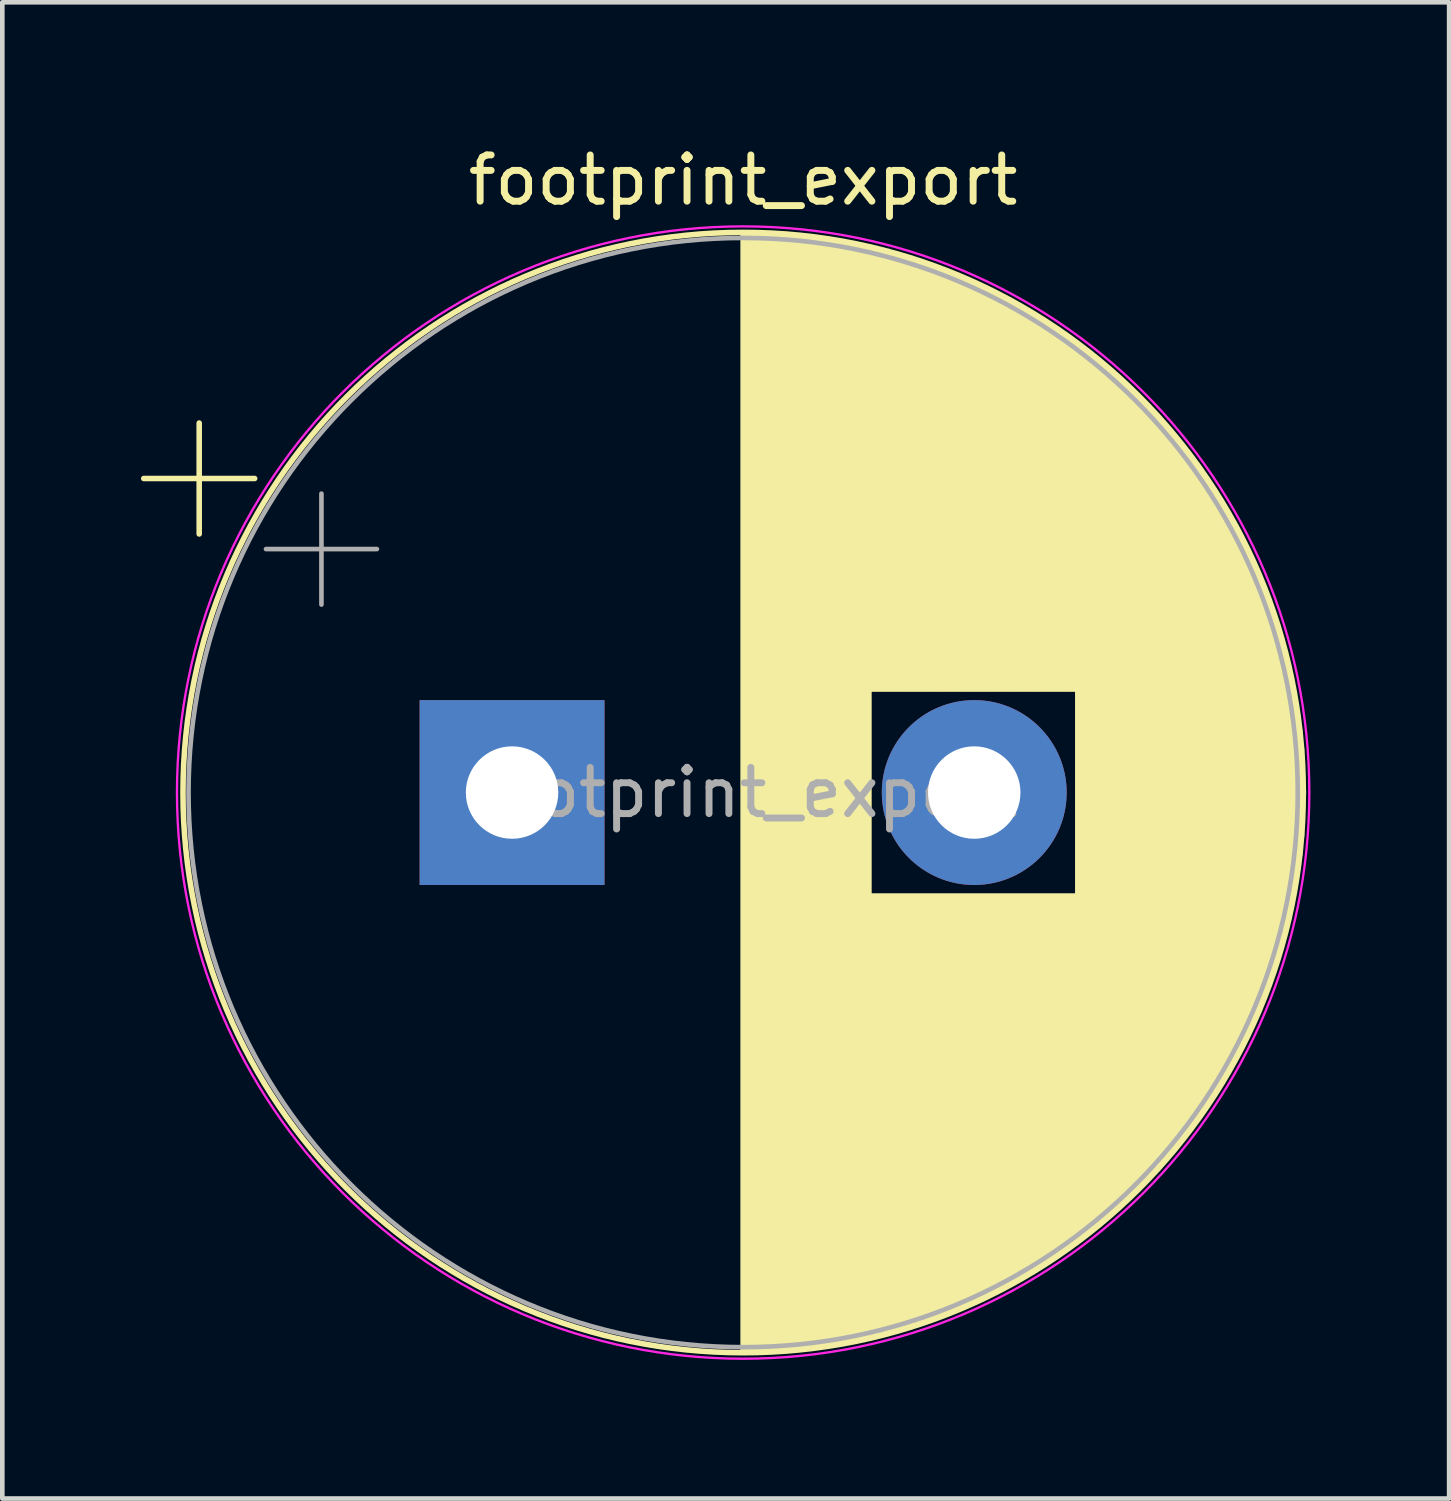
<source format=kicad_pcb>
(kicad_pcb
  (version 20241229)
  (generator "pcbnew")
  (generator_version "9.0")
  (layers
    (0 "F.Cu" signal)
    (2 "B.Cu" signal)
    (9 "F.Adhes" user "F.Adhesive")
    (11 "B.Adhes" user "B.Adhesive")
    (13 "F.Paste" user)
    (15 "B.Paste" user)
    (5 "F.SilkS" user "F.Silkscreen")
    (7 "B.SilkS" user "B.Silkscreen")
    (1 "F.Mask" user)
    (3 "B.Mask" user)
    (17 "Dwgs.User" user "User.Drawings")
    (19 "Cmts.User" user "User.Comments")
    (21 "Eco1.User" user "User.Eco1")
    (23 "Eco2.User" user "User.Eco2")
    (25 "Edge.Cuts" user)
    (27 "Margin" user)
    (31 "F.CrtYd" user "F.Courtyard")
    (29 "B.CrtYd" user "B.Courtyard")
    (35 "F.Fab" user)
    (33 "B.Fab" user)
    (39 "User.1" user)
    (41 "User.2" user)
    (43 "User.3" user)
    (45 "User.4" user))
  (footprint "footprint_export"
    (layer "F.Cu")
    (at 8.029 14.098)
    (property "Reference" "footprint_export" (at 5 -13.25 0) (layer "F.SilkS") (effects (font (size 1 1) (thickness 0.15))))
    (attr through_hole)
    (fp_line (start -7.969 -6.795) (end -5.569 -6.795) (stroke (width 0.12) (type solid)) (layer "F.SilkS"))
    (fp_line (start -6.769 -7.995) (end -6.769 -5.595) (stroke (width 0.12) (type solid)) (layer "F.SilkS"))
    (fp_line (start 5 -12.081) (end 5 12.081) (stroke (width 0.12) (type solid)) (layer "F.SilkS"))
    (fp_line (start 5.04 -12.08) (end 5.04 12.08) (stroke (width 0.12) (type solid)) (layer "F.SilkS"))
    (fp_line (start 5.08 -12.08) (end 5.08 12.08) (stroke (width 0.12) (type solid)) (layer "F.SilkS"))
    (fp_line (start 5.12 -12.08) (end 5.12 12.08) (stroke (width 0.12) (type solid)) (layer "F.SilkS"))
    (fp_line (start 5.16 -12.079) (end 5.16 12.079) (stroke (width 0.12) (type solid)) (layer "F.SilkS"))
    (fp_line (start 5.2 -12.079) (end 5.2 12.079) (stroke (width 0.12) (type solid)) (layer "F.SilkS"))
    (fp_line (start 5.24 -12.078) (end 5.24 12.078) (stroke (width 0.12) (type solid)) (layer "F.SilkS"))
    (fp_line (start 5.28 -12.077) (end 5.28 12.077) (stroke (width 0.12) (type solid)) (layer "F.SilkS"))
    (fp_line (start 5.32 -12.076) (end 5.32 12.076) (stroke (width 0.12) (type solid)) (layer "F.SilkS"))
    (fp_line (start 5.36 -12.075) (end 5.36 12.075) (stroke (width 0.12) (type solid)) (layer "F.SilkS"))
    (fp_line (start 5.4 -12.074) (end 5.4 12.074) (stroke (width 0.12) (type solid)) (layer "F.SilkS"))
    (fp_line (start 5.44 -12.073) (end 5.44 12.073) (stroke (width 0.12) (type solid)) (layer "F.SilkS"))
    (fp_line (start 5.48 -12.071) (end 5.48 12.071) (stroke (width 0.12) (type solid)) (layer "F.SilkS"))
    (fp_line (start 5.52 -12.069) (end 5.52 12.069) (stroke (width 0.12) (type solid)) (layer "F.SilkS"))
    (fp_line (start 5.56 -12.068) (end 5.56 12.068) (stroke (width 0.12) (type solid)) (layer "F.SilkS"))
    (fp_line (start 5.6 -12.066) (end 5.6 12.066) (stroke (width 0.12) (type solid)) (layer "F.SilkS"))
    (fp_line (start 5.64 -12.064) (end 5.64 12.064) (stroke (width 0.12) (type solid)) (layer "F.SilkS"))
    (fp_line (start 5.68 -12.061) (end 5.68 12.061) (stroke (width 0.12) (type solid)) (layer "F.SilkS"))
    (fp_line (start 5.721 -12.059) (end 5.721 12.059) (stroke (width 0.12) (type solid)) (layer "F.SilkS"))
    (fp_line (start 5.761 -12.057) (end 5.761 12.057) (stroke (width 0.12) (type solid)) (layer "F.SilkS"))
    (fp_line (start 5.801 -12.054) (end 5.801 12.054) (stroke (width 0.12) (type solid)) (layer "F.SilkS"))
    (fp_line (start 5.841 -12.051) (end 5.841 12.051) (stroke (width 0.12) (type solid)) (layer "F.SilkS"))
    (fp_line (start 5.881 -12.049) (end 5.881 12.049) (stroke (width 0.12) (type solid)) (layer "F.SilkS"))
    (fp_line (start 5.921 -12.046) (end 5.921 12.046) (stroke (width 0.12) (type solid)) (layer "F.SilkS"))
    (fp_line (start 5.961 -12.042) (end 5.961 12.042) (stroke (width 0.12) (type solid)) (layer "F.SilkS"))
    (fp_line (start 6.001 -12.039) (end 6.001 12.039) (stroke (width 0.12) (type solid)) (layer "F.SilkS"))
    (fp_line (start 6.041 -12.036) (end 6.041 12.036) (stroke (width 0.12) (type solid)) (layer "F.SilkS"))
    (fp_line (start 6.081 -12.032) (end 6.081 12.032) (stroke (width 0.12) (type solid)) (layer "F.SilkS"))
    (fp_line (start 6.121 -12.029) (end 6.121 12.029) (stroke (width 0.12) (type solid)) (layer "F.SilkS"))
    (fp_line (start 6.161 -12.025) (end 6.161 12.025) (stroke (width 0.12) (type solid)) (layer "F.SilkS"))
    (fp_line (start 6.201 -12.021) (end 6.201 12.021) (stroke (width 0.12) (type solid)) (layer "F.SilkS"))
    (fp_line (start 6.241 -12.017) (end 6.241 12.017) (stroke (width 0.12) (type solid)) (layer "F.SilkS"))
    (fp_line (start 6.281 -12.013) (end 6.281 12.013) (stroke (width 0.12) (type solid)) (layer "F.SilkS"))
    (fp_line (start 6.321 -12.008) (end 6.321 12.008) (stroke (width 0.12) (type solid)) (layer "F.SilkS"))
    (fp_line (start 6.361 -12.004) (end 6.361 12.004) (stroke (width 0.12) (type solid)) (layer "F.SilkS"))
    (fp_line (start 6.401 -11.999) (end 6.401 11.999) (stroke (width 0.12) (type solid)) (layer "F.SilkS"))
    (fp_line (start 6.441 -11.995) (end 6.441 11.995) (stroke (width 0.12) (type solid)) (layer "F.SilkS"))
    (fp_line (start 6.481 -11.99) (end 6.481 11.99) (stroke (width 0.12) (type solid)) (layer "F.SilkS"))
    (fp_line (start 6.521 -11.985) (end 6.521 11.985) (stroke (width 0.12) (type solid)) (layer "F.SilkS"))
    (fp_line (start 6.561 -11.98) (end 6.561 11.98) (stroke (width 0.12) (type solid)) (layer "F.SilkS"))
    (fp_line (start 6.601 -11.974) (end 6.601 11.974) (stroke (width 0.12) (type solid)) (layer "F.SilkS"))
    (fp_line (start 6.641 -11.969) (end 6.641 11.969) (stroke (width 0.12) (type solid)) (layer "F.SilkS"))
    (fp_line (start 6.681 -11.963) (end 6.681 11.963) (stroke (width 0.12) (type solid)) (layer "F.SilkS"))
    (fp_line (start 6.721 -11.958) (end 6.721 11.958) (stroke (width 0.12) (type solid)) (layer "F.SilkS"))
    (fp_line (start 6.761 -11.952) (end 6.761 11.952) (stroke (width 0.12) (type solid)) (layer "F.SilkS"))
    (fp_line (start 6.801 -11.946) (end 6.801 11.946) (stroke (width 0.12) (type solid)) (layer "F.SilkS"))
    (fp_line (start 6.841 -11.94) (end 6.841 11.94) (stroke (width 0.12) (type solid)) (layer "F.SilkS"))
    (fp_line (start 6.881 -11.934) (end 6.881 11.934) (stroke (width 0.12) (type solid)) (layer "F.SilkS"))
    (fp_line (start 6.921 -11.927) (end 6.921 11.927) (stroke (width 0.12) (type solid)) (layer "F.SilkS"))
    (fp_line (start 6.961 -11.921) (end 6.961 11.921) (stroke (width 0.12) (type solid)) (layer "F.SilkS"))
    (fp_line (start 7.001 -11.914) (end 7.001 11.914) (stroke (width 0.12) (type solid)) (layer "F.SilkS"))
    (fp_line (start 7.041 -11.908) (end 7.041 11.908) (stroke (width 0.12) (type solid)) (layer "F.SilkS"))
    (fp_line (start 7.081 -11.901) (end 7.081 11.901) (stroke (width 0.12) (type solid)) (layer "F.SilkS"))
    (fp_line (start 7.121 -11.894) (end 7.121 11.894) (stroke (width 0.12) (type solid)) (layer "F.SilkS"))
    (fp_line (start 7.161 -11.886) (end 7.161 11.886) (stroke (width 0.12) (type solid)) (layer "F.SilkS"))
    (fp_line (start 7.201 -11.879) (end 7.201 11.879) (stroke (width 0.12) (type solid)) (layer "F.SilkS"))
    (fp_line (start 7.241 -11.872) (end 7.241 11.872) (stroke (width 0.12) (type solid)) (layer "F.SilkS"))
    (fp_line (start 7.281 -11.864) (end 7.281 11.864) (stroke (width 0.12) (type solid)) (layer "F.SilkS"))
    (fp_line (start 7.321 -11.856) (end 7.321 11.856) (stroke (width 0.12) (type solid)) (layer "F.SilkS"))
    (fp_line (start 7.361 -11.849) (end 7.361 11.849) (stroke (width 0.12) (type solid)) (layer "F.SilkS"))
    (fp_line (start 7.401 -11.841) (end 7.401 11.841) (stroke (width 0.12) (type solid)) (layer "F.SilkS"))
    (fp_line (start 7.441 -11.832) (end 7.441 11.832) (stroke (width 0.12) (type solid)) (layer "F.SilkS"))
    (fp_line (start 7.481 -11.824) (end 7.481 11.824) (stroke (width 0.12) (type solid)) (layer "F.SilkS"))
    (fp_line (start 7.521 -11.816) (end 7.521 11.816) (stroke (width 0.12) (type solid)) (layer "F.SilkS"))
    (fp_line (start 7.561 -11.807) (end 7.561 11.807) (stroke (width 0.12) (type solid)) (layer "F.SilkS"))
    (fp_line (start 7.601 -11.798) (end 7.601 11.798) (stroke (width 0.12) (type solid)) (layer "F.SilkS"))
    (fp_line (start 7.641 -11.789) (end 7.641 11.789) (stroke (width 0.12) (type solid)) (layer "F.SilkS"))
    (fp_line (start 7.681 -11.78) (end 7.681 11.78) (stroke (width 0.12) (type solid)) (layer "F.SilkS"))
    (fp_line (start 7.721 -11.771) (end 7.721 11.771) (stroke (width 0.12) (type solid)) (layer "F.SilkS"))
    (fp_line (start 7.761 -11.762) (end 7.761 -2.24) (stroke (width 0.12) (type solid)) (layer "F.SilkS"))
    (fp_line (start 7.761 2.24) (end 7.761 11.762) (stroke (width 0.12) (type solid)) (layer "F.SilkS"))
    (fp_line (start 7.801 -11.753) (end 7.801 -2.24) (stroke (width 0.12) (type solid)) (layer "F.SilkS"))
    (fp_line (start 7.801 2.24) (end 7.801 11.753) (stroke (width 0.12) (type solid)) (layer "F.SilkS"))
    (fp_line (start 7.841 -11.743) (end 7.841 -2.24) (stroke (width 0.12) (type solid)) (layer "F.SilkS"))
    (fp_line (start 7.841 2.24) (end 7.841 11.743) (stroke (width 0.12) (type solid)) (layer "F.SilkS"))
    (fp_line (start 7.881 -11.733) (end 7.881 -2.24) (stroke (width 0.12) (type solid)) (layer "F.SilkS"))
    (fp_line (start 7.881 2.24) (end 7.881 11.733) (stroke (width 0.12) (type solid)) (layer "F.SilkS"))
    (fp_line (start 7.921 -11.723) (end 7.921 -2.24) (stroke (width 0.12) (type solid)) (layer "F.SilkS"))
    (fp_line (start 7.921 2.24) (end 7.921 11.723) (stroke (width 0.12) (type solid)) (layer "F.SilkS"))
    (fp_line (start 7.961 -11.713) (end 7.961 -2.24) (stroke (width 0.12) (type solid)) (layer "F.SilkS"))
    (fp_line (start 7.961 2.24) (end 7.961 11.713) (stroke (width 0.12) (type solid)) (layer "F.SilkS"))
    (fp_line (start 8.001 -11.703) (end 8.001 -2.24) (stroke (width 0.12) (type solid)) (layer "F.SilkS"))
    (fp_line (start 8.001 2.24) (end 8.001 11.703) (stroke (width 0.12) (type solid)) (layer "F.SilkS"))
    (fp_line (start 8.041 -11.693) (end 8.041 -2.24) (stroke (width 0.12) (type solid)) (layer "F.SilkS"))
    (fp_line (start 8.041 2.24) (end 8.041 11.693) (stroke (width 0.12) (type solid)) (layer "F.SilkS"))
    (fp_line (start 8.081 -11.683) (end 8.081 -2.24) (stroke (width 0.12) (type solid)) (layer "F.SilkS"))
    (fp_line (start 8.081 2.24) (end 8.081 11.683) (stroke (width 0.12) (type solid)) (layer "F.SilkS"))
    (fp_line (start 8.121 -11.672) (end 8.121 -2.24) (stroke (width 0.12) (type solid)) (layer "F.SilkS"))
    (fp_line (start 8.121 2.24) (end 8.121 11.672) (stroke (width 0.12) (type solid)) (layer "F.SilkS"))
    (fp_line (start 8.161 -11.661) (end 8.161 -2.24) (stroke (width 0.12) (type solid)) (layer "F.SilkS"))
    (fp_line (start 8.161 2.24) (end 8.161 11.661) (stroke (width 0.12) (type solid)) (layer "F.SilkS"))
    (fp_line (start 8.201 -11.65) (end 8.201 -2.24) (stroke (width 0.12) (type solid)) (layer "F.SilkS"))
    (fp_line (start 8.201 2.24) (end 8.201 11.65) (stroke (width 0.12) (type solid)) (layer "F.SilkS"))
    (fp_line (start 8.241 -11.639) (end 8.241 -2.24) (stroke (width 0.12) (type solid)) (layer "F.SilkS"))
    (fp_line (start 8.241 2.24) (end 8.241 11.639) (stroke (width 0.12) (type solid)) (layer "F.SilkS"))
    (fp_line (start 8.281 -11.628) (end 8.281 -2.24) (stroke (width 0.12) (type solid)) (layer "F.SilkS"))
    (fp_line (start 8.281 2.24) (end 8.281 11.628) (stroke (width 0.12) (type solid)) (layer "F.SilkS"))
    (fp_line (start 8.321 -11.617) (end 8.321 -2.24) (stroke (width 0.12) (type solid)) (layer "F.SilkS"))
    (fp_line (start 8.321 2.24) (end 8.321 11.617) (stroke (width 0.12) (type solid)) (layer "F.SilkS"))
    (fp_line (start 8.361 -11.605) (end 8.361 -2.24) (stroke (width 0.12) (type solid)) (layer "F.SilkS"))
    (fp_line (start 8.361 2.24) (end 8.361 11.605) (stroke (width 0.12) (type solid)) (layer "F.SilkS"))
    (fp_line (start 8.401 -11.594) (end 8.401 -2.24) (stroke (width 0.12) (type solid)) (layer "F.SilkS"))
    (fp_line (start 8.401 2.24) (end 8.401 11.594) (stroke (width 0.12) (type solid)) (layer "F.SilkS"))
    (fp_line (start 8.441 -11.582) (end 8.441 -2.24) (stroke (width 0.12) (type solid)) (layer "F.SilkS"))
    (fp_line (start 8.441 2.24) (end 8.441 11.582) (stroke (width 0.12) (type solid)) (layer "F.SilkS"))
    (fp_line (start 8.481 -11.57) (end 8.481 -2.24) (stroke (width 0.12) (type solid)) (layer "F.SilkS"))
    (fp_line (start 8.481 2.24) (end 8.481 11.57) (stroke (width 0.12) (type solid)) (layer "F.SilkS"))
    (fp_line (start 8.521 -11.558) (end 8.521 -2.24) (stroke (width 0.12) (type solid)) (layer "F.SilkS"))
    (fp_line (start 8.521 2.24) (end 8.521 11.558) (stroke (width 0.12) (type solid)) (layer "F.SilkS"))
    (fp_line (start 8.561 -11.546) (end 8.561 -2.24) (stroke (width 0.12) (type solid)) (layer "F.SilkS"))
    (fp_line (start 8.561 2.24) (end 8.561 11.546) (stroke (width 0.12) (type solid)) (layer "F.SilkS"))
    (fp_line (start 8.601 -11.534) (end 8.601 -2.24) (stroke (width 0.12) (type solid)) (layer "F.SilkS"))
    (fp_line (start 8.601 2.24) (end 8.601 11.534) (stroke (width 0.12) (type solid)) (layer "F.SilkS"))
    (fp_line (start 8.641 -11.521) (end 8.641 -2.24) (stroke (width 0.12) (type solid)) (layer "F.SilkS"))
    (fp_line (start 8.641 2.24) (end 8.641 11.521) (stroke (width 0.12) (type solid)) (layer "F.SilkS"))
    (fp_line (start 8.681 -11.508) (end 8.681 -2.24) (stroke (width 0.12) (type solid)) (layer "F.SilkS"))
    (fp_line (start 8.681 2.24) (end 8.681 11.508) (stroke (width 0.12) (type solid)) (layer "F.SilkS"))
    (fp_line (start 8.721 -11.495) (end 8.721 -2.24) (stroke (width 0.12) (type solid)) (layer "F.SilkS"))
    (fp_line (start 8.721 2.24) (end 8.721 11.495) (stroke (width 0.12) (type solid)) (layer "F.SilkS"))
    (fp_line (start 8.761 -11.483) (end 8.761 -2.24) (stroke (width 0.12) (type solid)) (layer "F.SilkS"))
    (fp_line (start 8.761 2.24) (end 8.761 11.483) (stroke (width 0.12) (type solid)) (layer "F.SilkS"))
    (fp_line (start 8.801 -11.469) (end 8.801 -2.24) (stroke (width 0.12) (type solid)) (layer "F.SilkS"))
    (fp_line (start 8.801 2.24) (end 8.801 11.469) (stroke (width 0.12) (type solid)) (layer "F.SilkS"))
    (fp_line (start 8.841 -11.456) (end 8.841 -2.24) (stroke (width 0.12) (type solid)) (layer "F.SilkS"))
    (fp_line (start 8.841 2.24) (end 8.841 11.456) (stroke (width 0.12) (type solid)) (layer "F.SilkS"))
    (fp_line (start 8.881 -11.443) (end 8.881 -2.24) (stroke (width 0.12) (type solid)) (layer "F.SilkS"))
    (fp_line (start 8.881 2.24) (end 8.881 11.443) (stroke (width 0.12) (type solid)) (layer "F.SilkS"))
    (fp_line (start 8.921 -11.429) (end 8.921 -2.24) (stroke (width 0.12) (type solid)) (layer "F.SilkS"))
    (fp_line (start 8.921 2.24) (end 8.921 11.429) (stroke (width 0.12) (type solid)) (layer "F.SilkS"))
    (fp_line (start 8.961 -11.415) (end 8.961 -2.24) (stroke (width 0.12) (type solid)) (layer "F.SilkS"))
    (fp_line (start 8.961 2.24) (end 8.961 11.415) (stroke (width 0.12) (type solid)) (layer "F.SilkS"))
    (fp_line (start 9.001 -11.401) (end 9.001 -2.24) (stroke (width 0.12) (type solid)) (layer "F.SilkS"))
    (fp_line (start 9.001 2.24) (end 9.001 11.401) (stroke (width 0.12) (type solid)) (layer "F.SilkS"))
    (fp_line (start 9.041 -11.387) (end 9.041 -2.24) (stroke (width 0.12) (type solid)) (layer "F.SilkS"))
    (fp_line (start 9.041 2.24) (end 9.041 11.387) (stroke (width 0.12) (type solid)) (layer "F.SilkS"))
    (fp_line (start 9.081 -11.373) (end 9.081 -2.24) (stroke (width 0.12) (type solid)) (layer "F.SilkS"))
    (fp_line (start 9.081 2.24) (end 9.081 11.373) (stroke (width 0.12) (type solid)) (layer "F.SilkS"))
    (fp_line (start 9.121 -11.359) (end 9.121 -2.24) (stroke (width 0.12) (type solid)) (layer "F.SilkS"))
    (fp_line (start 9.121 2.24) (end 9.121 11.359) (stroke (width 0.12) (type solid)) (layer "F.SilkS"))
    (fp_line (start 9.161 -11.344) (end 9.161 -2.24) (stroke (width 0.12) (type solid)) (layer "F.SilkS"))
    (fp_line (start 9.161 2.24) (end 9.161 11.344) (stroke (width 0.12) (type solid)) (layer "F.SilkS"))
    (fp_line (start 9.201 -11.33) (end 9.201 -2.24) (stroke (width 0.12) (type solid)) (layer "F.SilkS"))
    (fp_line (start 9.201 2.24) (end 9.201 11.33) (stroke (width 0.12) (type solid)) (layer "F.SilkS"))
    (fp_line (start 9.241 -11.315) (end 9.241 -2.24) (stroke (width 0.12) (type solid)) (layer "F.SilkS"))
    (fp_line (start 9.241 2.24) (end 9.241 11.315) (stroke (width 0.12) (type solid)) (layer "F.SilkS"))
    (fp_line (start 9.281 -11.3) (end 9.281 -2.24) (stroke (width 0.12) (type solid)) (layer "F.SilkS"))
    (fp_line (start 9.281 2.24) (end 9.281 11.3) (stroke (width 0.12) (type solid)) (layer "F.SilkS"))
    (fp_line (start 9.321 -11.284) (end 9.321 -2.24) (stroke (width 0.12) (type solid)) (layer "F.SilkS"))
    (fp_line (start 9.321 2.24) (end 9.321 11.284) (stroke (width 0.12) (type solid)) (layer "F.SilkS"))
    (fp_line (start 9.361 -11.269) (end 9.361 -2.24) (stroke (width 0.12) (type solid)) (layer "F.SilkS"))
    (fp_line (start 9.361 2.24) (end 9.361 11.269) (stroke (width 0.12) (type solid)) (layer "F.SilkS"))
    (fp_line (start 9.401 -11.254) (end 9.401 -2.24) (stroke (width 0.12) (type solid)) (layer "F.SilkS"))
    (fp_line (start 9.401 2.24) (end 9.401 11.254) (stroke (width 0.12) (type solid)) (layer "F.SilkS"))
    (fp_line (start 9.441 -11.238) (end 9.441 -2.24) (stroke (width 0.12) (type solid)) (layer "F.SilkS"))
    (fp_line (start 9.441 2.24) (end 9.441 11.238) (stroke (width 0.12) (type solid)) (layer "F.SilkS"))
    (fp_line (start 9.481 -11.222) (end 9.481 -2.24) (stroke (width 0.12) (type solid)) (layer "F.SilkS"))
    (fp_line (start 9.481 2.24) (end 9.481 11.222) (stroke (width 0.12) (type solid)) (layer "F.SilkS"))
    (fp_line (start 9.521 -11.206) (end 9.521 -2.24) (stroke (width 0.12) (type solid)) (layer "F.SilkS"))
    (fp_line (start 9.521 2.24) (end 9.521 11.206) (stroke (width 0.12) (type solid)) (layer "F.SilkS"))
    (fp_line (start 9.561 -11.19) (end 9.561 -2.24) (stroke (width 0.12) (type solid)) (layer "F.SilkS"))
    (fp_line (start 9.561 2.24) (end 9.561 11.19) (stroke (width 0.12) (type solid)) (layer "F.SilkS"))
    (fp_line (start 9.601 -11.174) (end 9.601 -2.24) (stroke (width 0.12) (type solid)) (layer "F.SilkS"))
    (fp_line (start 9.601 2.24) (end 9.601 11.174) (stroke (width 0.12) (type solid)) (layer "F.SilkS"))
    (fp_line (start 9.641 -11.157) (end 9.641 -2.24) (stroke (width 0.12) (type solid)) (layer "F.SilkS"))
    (fp_line (start 9.641 2.24) (end 9.641 11.157) (stroke (width 0.12) (type solid)) (layer "F.SilkS"))
    (fp_line (start 9.681 -11.14) (end 9.681 -2.24) (stroke (width 0.12) (type solid)) (layer "F.SilkS"))
    (fp_line (start 9.681 2.24) (end 9.681 11.14) (stroke (width 0.12) (type solid)) (layer "F.SilkS"))
    (fp_line (start 9.721 -11.124) (end 9.721 -2.24) (stroke (width 0.12) (type solid)) (layer "F.SilkS"))
    (fp_line (start 9.721 2.24) (end 9.721 11.124) (stroke (width 0.12) (type solid)) (layer "F.SilkS"))
    (fp_line (start 9.761 -11.107) (end 9.761 -2.24) (stroke (width 0.12) (type solid)) (layer "F.SilkS"))
    (fp_line (start 9.761 2.24) (end 9.761 11.107) (stroke (width 0.12) (type solid)) (layer "F.SilkS"))
    (fp_line (start 9.801 -11.089) (end 9.801 -2.24) (stroke (width 0.12) (type solid)) (layer "F.SilkS"))
    (fp_line (start 9.801 2.24) (end 9.801 11.089) (stroke (width 0.12) (type solid)) (layer "F.SilkS"))
    (fp_line (start 9.841 -11.072) (end 9.841 -2.24) (stroke (width 0.12) (type solid)) (layer "F.SilkS"))
    (fp_line (start 9.841 2.24) (end 9.841 11.072) (stroke (width 0.12) (type solid)) (layer "F.SilkS"))
    (fp_line (start 9.881 -11.055) (end 9.881 -2.24) (stroke (width 0.12) (type solid)) (layer "F.SilkS"))
    (fp_line (start 9.881 2.24) (end 9.881 11.055) (stroke (width 0.12) (type solid)) (layer "F.SilkS"))
    (fp_line (start 9.921 -11.037) (end 9.921 -2.24) (stroke (width 0.12) (type solid)) (layer "F.SilkS"))
    (fp_line (start 9.921 2.24) (end 9.921 11.037) (stroke (width 0.12) (type solid)) (layer "F.SilkS"))
    (fp_line (start 9.961 -11.019) (end 9.961 -2.24) (stroke (width 0.12) (type solid)) (layer "F.SilkS"))
    (fp_line (start 9.961 2.24) (end 9.961 11.019) (stroke (width 0.12) (type solid)) (layer "F.SilkS"))
    (fp_line (start 10.001 -11.001) (end 10.001 -2.24) (stroke (width 0.12) (type solid)) (layer "F.SilkS"))
    (fp_line (start 10.001 2.24) (end 10.001 11.001) (stroke (width 0.12) (type solid)) (layer "F.SilkS"))
    (fp_line (start 10.041 -10.983) (end 10.041 -2.24) (stroke (width 0.12) (type solid)) (layer "F.SilkS"))
    (fp_line (start 10.041 2.24) (end 10.041 10.983) (stroke (width 0.12) (type solid)) (layer "F.SilkS"))
    (fp_line (start 10.081 -10.964) (end 10.081 -2.24) (stroke (width 0.12) (type solid)) (layer "F.SilkS"))
    (fp_line (start 10.081 2.24) (end 10.081 10.964) (stroke (width 0.12) (type solid)) (layer "F.SilkS"))
    (fp_line (start 10.121 -10.946) (end 10.121 -2.24) (stroke (width 0.12) (type solid)) (layer "F.SilkS"))
    (fp_line (start 10.121 2.24) (end 10.121 10.946) (stroke (width 0.12) (type solid)) (layer "F.SilkS"))
    (fp_line (start 10.161 -10.927) (end 10.161 -2.24) (stroke (width 0.12) (type solid)) (layer "F.SilkS"))
    (fp_line (start 10.161 2.24) (end 10.161 10.927) (stroke (width 0.12) (type solid)) (layer "F.SilkS"))
    (fp_line (start 10.201 -10.908) (end 10.201 -2.24) (stroke (width 0.12) (type solid)) (layer "F.SilkS"))
    (fp_line (start 10.201 2.24) (end 10.201 10.908) (stroke (width 0.12) (type solid)) (layer "F.SilkS"))
    (fp_line (start 10.241 -10.889) (end 10.241 -2.24) (stroke (width 0.12) (type solid)) (layer "F.SilkS"))
    (fp_line (start 10.241 2.24) (end 10.241 10.889) (stroke (width 0.12) (type solid)) (layer "F.SilkS"))
    (fp_line (start 10.281 -10.87) (end 10.281 -2.24) (stroke (width 0.12) (type solid)) (layer "F.SilkS"))
    (fp_line (start 10.281 2.24) (end 10.281 10.87) (stroke (width 0.12) (type solid)) (layer "F.SilkS"))
    (fp_line (start 10.321 -10.85) (end 10.321 -2.24) (stroke (width 0.12) (type solid)) (layer "F.SilkS"))
    (fp_line (start 10.321 2.24) (end 10.321 10.85) (stroke (width 0.12) (type solid)) (layer "F.SilkS"))
    (fp_line (start 10.361 -10.831) (end 10.361 -2.24) (stroke (width 0.12) (type solid)) (layer "F.SilkS"))
    (fp_line (start 10.361 2.24) (end 10.361 10.831) (stroke (width 0.12) (type solid)) (layer "F.SilkS"))
    (fp_line (start 10.401 -10.811) (end 10.401 -2.24) (stroke (width 0.12) (type solid)) (layer "F.SilkS"))
    (fp_line (start 10.401 2.24) (end 10.401 10.811) (stroke (width 0.12) (type solid)) (layer "F.SilkS"))
    (fp_line (start 10.441 -10.791) (end 10.441 -2.24) (stroke (width 0.12) (type solid)) (layer "F.SilkS"))
    (fp_line (start 10.441 2.24) (end 10.441 10.791) (stroke (width 0.12) (type solid)) (layer "F.SilkS"))
    (fp_line (start 10.481 -10.771) (end 10.481 -2.24) (stroke (width 0.12) (type solid)) (layer "F.SilkS"))
    (fp_line (start 10.481 2.24) (end 10.481 10.771) (stroke (width 0.12) (type solid)) (layer "F.SilkS"))
    (fp_line (start 10.521 -10.75) (end 10.521 -2.24) (stroke (width 0.12) (type solid)) (layer "F.SilkS"))
    (fp_line (start 10.521 2.24) (end 10.521 10.75) (stroke (width 0.12) (type solid)) (layer "F.SilkS"))
    (fp_line (start 10.561 -10.73) (end 10.561 -2.24) (stroke (width 0.12) (type solid)) (layer "F.SilkS"))
    (fp_line (start 10.561 2.24) (end 10.561 10.73) (stroke (width 0.12) (type solid)) (layer "F.SilkS"))
    (fp_line (start 10.601 -10.709) (end 10.601 -2.24) (stroke (width 0.12) (type solid)) (layer "F.SilkS"))
    (fp_line (start 10.601 2.24) (end 10.601 10.709) (stroke (width 0.12) (type solid)) (layer "F.SilkS"))
    (fp_line (start 10.641 -10.688) (end 10.641 -2.24) (stroke (width 0.12) (type solid)) (layer "F.SilkS"))
    (fp_line (start 10.641 2.24) (end 10.641 10.688) (stroke (width 0.12) (type solid)) (layer "F.SilkS"))
    (fp_line (start 10.681 -10.667) (end 10.681 -2.24) (stroke (width 0.12) (type solid)) (layer "F.SilkS"))
    (fp_line (start 10.681 2.24) (end 10.681 10.667) (stroke (width 0.12) (type solid)) (layer "F.SilkS"))
    (fp_line (start 10.721 -10.646) (end 10.721 -2.24) (stroke (width 0.12) (type solid)) (layer "F.SilkS"))
    (fp_line (start 10.721 2.24) (end 10.721 10.646) (stroke (width 0.12) (type solid)) (layer "F.SilkS"))
    (fp_line (start 10.761 -10.624) (end 10.761 -2.24) (stroke (width 0.12) (type solid)) (layer "F.SilkS"))
    (fp_line (start 10.761 2.24) (end 10.761 10.624) (stroke (width 0.12) (type solid)) (layer "F.SilkS"))
    (fp_line (start 10.801 -10.603) (end 10.801 -2.24) (stroke (width 0.12) (type solid)) (layer "F.SilkS"))
    (fp_line (start 10.801 2.24) (end 10.801 10.603) (stroke (width 0.12) (type solid)) (layer "F.SilkS"))
    (fp_line (start 10.841 -10.581) (end 10.841 -2.24) (stroke (width 0.12) (type solid)) (layer "F.SilkS"))
    (fp_line (start 10.841 2.24) (end 10.841 10.581) (stroke (width 0.12) (type solid)) (layer "F.SilkS"))
    (fp_line (start 10.881 -10.559) (end 10.881 -2.24) (stroke (width 0.12) (type solid)) (layer "F.SilkS"))
    (fp_line (start 10.881 2.24) (end 10.881 10.559) (stroke (width 0.12) (type solid)) (layer "F.SilkS"))
    (fp_line (start 10.921 -10.536) (end 10.921 -2.24) (stroke (width 0.12) (type solid)) (layer "F.SilkS"))
    (fp_line (start 10.921 2.24) (end 10.921 10.536) (stroke (width 0.12) (type solid)) (layer "F.SilkS"))
    (fp_line (start 10.961 -10.514) (end 10.961 -2.24) (stroke (width 0.12) (type solid)) (layer "F.SilkS"))
    (fp_line (start 10.961 2.24) (end 10.961 10.514) (stroke (width 0.12) (type solid)) (layer "F.SilkS"))
    (fp_line (start 11.001 -10.491) (end 11.001 -2.24) (stroke (width 0.12) (type solid)) (layer "F.SilkS"))
    (fp_line (start 11.001 2.24) (end 11.001 10.491) (stroke (width 0.12) (type solid)) (layer "F.SilkS"))
    (fp_line (start 11.041 -10.468) (end 11.041 -2.24) (stroke (width 0.12) (type solid)) (layer "F.SilkS"))
    (fp_line (start 11.041 2.24) (end 11.041 10.468) (stroke (width 0.12) (type solid)) (layer "F.SilkS"))
    (fp_line (start 11.081 -10.445) (end 11.081 -2.24) (stroke (width 0.12) (type solid)) (layer "F.SilkS"))
    (fp_line (start 11.081 2.24) (end 11.081 10.445) (stroke (width 0.12) (type solid)) (layer "F.SilkS"))
    (fp_line (start 11.121 -10.422) (end 11.121 -2.24) (stroke (width 0.12) (type solid)) (layer "F.SilkS"))
    (fp_line (start 11.121 2.24) (end 11.121 10.422) (stroke (width 0.12) (type solid)) (layer "F.SilkS"))
    (fp_line (start 11.161 -10.398) (end 11.161 -2.24) (stroke (width 0.12) (type solid)) (layer "F.SilkS"))
    (fp_line (start 11.161 2.24) (end 11.161 10.398) (stroke (width 0.12) (type solid)) (layer "F.SilkS"))
    (fp_line (start 11.201 -10.375) (end 11.201 -2.24) (stroke (width 0.12) (type solid)) (layer "F.SilkS"))
    (fp_line (start 11.201 2.24) (end 11.201 10.375) (stroke (width 0.12) (type solid)) (layer "F.SilkS"))
    (fp_line (start 11.241 -10.351) (end 11.241 -2.24) (stroke (width 0.12) (type solid)) (layer "F.SilkS"))
    (fp_line (start 11.241 2.24) (end 11.241 10.351) (stroke (width 0.12) (type solid)) (layer "F.SilkS"))
    (fp_line (start 11.281 -10.327) (end 11.281 -2.24) (stroke (width 0.12) (type solid)) (layer "F.SilkS"))
    (fp_line (start 11.281 2.24) (end 11.281 10.327) (stroke (width 0.12) (type solid)) (layer "F.SilkS"))
    (fp_line (start 11.321 -10.302) (end 11.321 -2.24) (stroke (width 0.12) (type solid)) (layer "F.SilkS"))
    (fp_line (start 11.321 2.24) (end 11.321 10.302) (stroke (width 0.12) (type solid)) (layer "F.SilkS"))
    (fp_line (start 11.361 -10.278) (end 11.361 -2.24) (stroke (width 0.12) (type solid)) (layer "F.SilkS"))
    (fp_line (start 11.361 2.24) (end 11.361 10.278) (stroke (width 0.12) (type solid)) (layer "F.SilkS"))
    (fp_line (start 11.401 -10.253) (end 11.401 -2.24) (stroke (width 0.12) (type solid)) (layer "F.SilkS"))
    (fp_line (start 11.401 2.24) (end 11.401 10.253) (stroke (width 0.12) (type solid)) (layer "F.SilkS"))
    (fp_line (start 11.441 -10.228) (end 11.441 -2.24) (stroke (width 0.12) (type solid)) (layer "F.SilkS"))
    (fp_line (start 11.441 2.24) (end 11.441 10.228) (stroke (width 0.12) (type solid)) (layer "F.SilkS"))
    (fp_line (start 11.481 -10.203) (end 11.481 -2.24) (stroke (width 0.12) (type solid)) (layer "F.SilkS"))
    (fp_line (start 11.481 2.24) (end 11.481 10.203) (stroke (width 0.12) (type solid)) (layer "F.SilkS"))
    (fp_line (start 11.521 -10.177) (end 11.521 -2.24) (stroke (width 0.12) (type solid)) (layer "F.SilkS"))
    (fp_line (start 11.521 2.24) (end 11.521 10.177) (stroke (width 0.12) (type solid)) (layer "F.SilkS"))
    (fp_line (start 11.561 -10.152) (end 11.561 -2.24) (stroke (width 0.12) (type solid)) (layer "F.SilkS"))
    (fp_line (start 11.561 2.24) (end 11.561 10.152) (stroke (width 0.12) (type solid)) (layer "F.SilkS"))
    (fp_line (start 11.601 -10.126) (end 11.601 -2.24) (stroke (width 0.12) (type solid)) (layer "F.SilkS"))
    (fp_line (start 11.601 2.24) (end 11.601 10.126) (stroke (width 0.12) (type solid)) (layer "F.SilkS"))
    (fp_line (start 11.641 -10.1) (end 11.641 -2.24) (stroke (width 0.12) (type solid)) (layer "F.SilkS"))
    (fp_line (start 11.641 2.24) (end 11.641 10.1) (stroke (width 0.12) (type solid)) (layer "F.SilkS"))
    (fp_line (start 11.681 -10.073) (end 11.681 -2.24) (stroke (width 0.12) (type solid)) (layer "F.SilkS"))
    (fp_line (start 11.681 2.24) (end 11.681 10.073) (stroke (width 0.12) (type solid)) (layer "F.SilkS"))
    (fp_line (start 11.721 -10.047) (end 11.721 -2.24) (stroke (width 0.12) (type solid)) (layer "F.SilkS"))
    (fp_line (start 11.721 2.24) (end 11.721 10.047) (stroke (width 0.12) (type solid)) (layer "F.SilkS"))
    (fp_line (start 11.761 -10.02) (end 11.761 -2.24) (stroke (width 0.12) (type solid)) (layer "F.SilkS"))
    (fp_line (start 11.761 2.24) (end 11.761 10.02) (stroke (width 0.12) (type solid)) (layer "F.SilkS"))
    (fp_line (start 11.801 -9.993) (end 11.801 -2.24) (stroke (width 0.12) (type solid)) (layer "F.SilkS"))
    (fp_line (start 11.801 2.24) (end 11.801 9.993) (stroke (width 0.12) (type solid)) (layer "F.SilkS"))
    (fp_line (start 11.841 -9.966) (end 11.841 -2.24) (stroke (width 0.12) (type solid)) (layer "F.SilkS"))
    (fp_line (start 11.841 2.24) (end 11.841 9.966) (stroke (width 0.12) (type solid)) (layer "F.SilkS"))
    (fp_line (start 11.881 -9.938) (end 11.881 -2.24) (stroke (width 0.12) (type solid)) (layer "F.SilkS"))
    (fp_line (start 11.881 2.24) (end 11.881 9.938) (stroke (width 0.12) (type solid)) (layer "F.SilkS"))
    (fp_line (start 11.921 -9.911) (end 11.921 -2.24) (stroke (width 0.12) (type solid)) (layer "F.SilkS"))
    (fp_line (start 11.921 2.24) (end 11.921 9.911) (stroke (width 0.12) (type solid)) (layer "F.SilkS"))
    (fp_line (start 11.961 -9.883) (end 11.961 -2.24) (stroke (width 0.12) (type solid)) (layer "F.SilkS"))
    (fp_line (start 11.961 2.24) (end 11.961 9.883) (stroke (width 0.12) (type solid)) (layer "F.SilkS"))
    (fp_line (start 12.001 -9.855) (end 12.001 -2.24) (stroke (width 0.12) (type solid)) (layer "F.SilkS"))
    (fp_line (start 12.001 2.24) (end 12.001 9.855) (stroke (width 0.12) (type solid)) (layer "F.SilkS"))
    (fp_line (start 12.041 -9.826) (end 12.041 -2.24) (stroke (width 0.12) (type solid)) (layer "F.SilkS"))
    (fp_line (start 12.041 2.24) (end 12.041 9.826) (stroke (width 0.12) (type solid)) (layer "F.SilkS"))
    (fp_line (start 12.081 -9.798) (end 12.081 -2.24) (stroke (width 0.12) (type solid)) (layer "F.SilkS"))
    (fp_line (start 12.081 2.24) (end 12.081 9.798) (stroke (width 0.12) (type solid)) (layer "F.SilkS"))
    (fp_line (start 12.121 -9.769) (end 12.121 -2.24) (stroke (width 0.12) (type solid)) (layer "F.SilkS"))
    (fp_line (start 12.121 2.24) (end 12.121 9.769) (stroke (width 0.12) (type solid)) (layer "F.SilkS"))
    (fp_line (start 12.161 -9.739) (end 12.161 -2.24) (stroke (width 0.12) (type solid)) (layer "F.SilkS"))
    (fp_line (start 12.161 2.24) (end 12.161 9.739) (stroke (width 0.12) (type solid)) (layer "F.SilkS"))
    (fp_line (start 12.201 -9.71) (end 12.201 -2.24) (stroke (width 0.12) (type solid)) (layer "F.SilkS"))
    (fp_line (start 12.201 2.24) (end 12.201 9.71) (stroke (width 0.12) (type solid)) (layer "F.SilkS"))
    (fp_line (start 12.241 -9.68) (end 12.241 9.68) (stroke (width 0.12) (type solid)) (layer "F.SilkS"))
    (fp_line (start 12.281 -9.65) (end 12.281 9.65) (stroke (width 0.12) (type solid)) (layer "F.SilkS"))
    (fp_line (start 12.321 -9.62) (end 12.321 9.62) (stroke (width 0.12) (type solid)) (layer "F.SilkS"))
    (fp_line (start 12.361 -9.59) (end 12.361 9.59) (stroke (width 0.12) (type solid)) (layer "F.SilkS"))
    (fp_line (start 12.401 -9.559) (end 12.401 9.559) (stroke (width 0.12) (type solid)) (layer "F.SilkS"))
    (fp_line (start 12.441 -9.528) (end 12.441 9.528) (stroke (width 0.12) (type solid)) (layer "F.SilkS"))
    (fp_line (start 12.481 -9.497) (end 12.481 9.497) (stroke (width 0.12) (type solid)) (layer "F.SilkS"))
    (fp_line (start 12.521 -9.465) (end 12.521 9.465) (stroke (width 0.12) (type solid)) (layer "F.SilkS"))
    (fp_line (start 12.561 -9.434) (end 12.561 9.434) (stroke (width 0.12) (type solid)) (layer "F.SilkS"))
    (fp_line (start 12.601 -9.402) (end 12.601 9.402) (stroke (width 0.12) (type solid)) (layer "F.SilkS"))
    (fp_line (start 12.641 -9.369) (end 12.641 9.369) (stroke (width 0.12) (type solid)) (layer "F.SilkS"))
    (fp_line (start 12.681 -9.337) (end 12.681 9.337) (stroke (width 0.12) (type solid)) (layer "F.SilkS"))
    (fp_line (start 12.721 -9.304) (end 12.721 9.304) (stroke (width 0.12) (type solid)) (layer "F.SilkS"))
    (fp_line (start 12.761 -9.271) (end 12.761 9.271) (stroke (width 0.12) (type solid)) (layer "F.SilkS"))
    (fp_line (start 12.801 -9.237) (end 12.801 9.237) (stroke (width 0.12) (type solid)) (layer "F.SilkS"))
    (fp_line (start 12.841 -9.203) (end 12.841 9.203) (stroke (width 0.12) (type solid)) (layer "F.SilkS"))
    (fp_line (start 12.881 -9.169) (end 12.881 9.169) (stroke (width 0.12) (type solid)) (layer "F.SilkS"))
    (fp_line (start 12.921 -9.135) (end 12.921 9.135) (stroke (width 0.12) (type solid)) (layer "F.SilkS"))
    (fp_line (start 12.961 -9.1) (end 12.961 9.1) (stroke (width 0.12) (type solid)) (layer "F.SilkS"))
    (fp_line (start 13.001 -9.065) (end 13.001 9.065) (stroke (width 0.12) (type solid)) (layer "F.SilkS"))
    (fp_line (start 13.041 -9.03) (end 13.041 9.03) (stroke (width 0.12) (type solid)) (layer "F.SilkS"))
    (fp_line (start 13.081 -8.994) (end 13.081 8.994) (stroke (width 0.12) (type solid)) (layer "F.SilkS"))
    (fp_line (start 13.121 -8.958) (end 13.121 8.958) (stroke (width 0.12) (type solid)) (layer "F.SilkS"))
    (fp_line (start 13.161 -8.922) (end 13.161 8.922) (stroke (width 0.12) (type solid)) (layer "F.SilkS"))
    (fp_line (start 13.2 -8.885) (end 13.2 8.885) (stroke (width 0.12) (type solid)) (layer "F.SilkS"))
    (fp_line (start 13.24 -8.849) (end 13.24 8.849) (stroke (width 0.12) (type solid)) (layer "F.SilkS"))
    (fp_line (start 13.28 -8.811) (end 13.28 8.811) (stroke (width 0.12) (type solid)) (layer "F.SilkS"))
    (fp_line (start 13.32 -8.774) (end 13.32 8.774) (stroke (width 0.12) (type solid)) (layer "F.SilkS"))
    (fp_line (start 13.36 -8.736) (end 13.36 8.736) (stroke (width 0.12) (type solid)) (layer "F.SilkS"))
    (fp_line (start 13.4 -8.697) (end 13.4 8.697) (stroke (width 0.12) (type solid)) (layer "F.SilkS"))
    (fp_line (start 13.44 -8.659) (end 13.44 8.659) (stroke (width 0.12) (type solid)) (layer "F.SilkS"))
    (fp_line (start 13.48 -8.62) (end 13.48 8.62) (stroke (width 0.12) (type solid)) (layer "F.SilkS"))
    (fp_line (start 13.52 -8.58) (end 13.52 8.58) (stroke (width 0.12) (type solid)) (layer "F.SilkS"))
    (fp_line (start 13.56 -8.541) (end 13.56 8.541) (stroke (width 0.12) (type solid)) (layer "F.SilkS"))
    (fp_line (start 13.6 -8.501) (end 13.6 8.501) (stroke (width 0.12) (type solid)) (layer "F.SilkS"))
    (fp_line (start 13.64 -8.46) (end 13.64 8.46) (stroke (width 0.12) (type solid)) (layer "F.SilkS"))
    (fp_line (start 13.68 -8.419) (end 13.68 8.419) (stroke (width 0.12) (type solid)) (layer "F.SilkS"))
    (fp_line (start 13.72 -8.378) (end 13.72 8.378) (stroke (width 0.12) (type solid)) (layer "F.SilkS"))
    (fp_line (start 13.76 -8.336) (end 13.76 8.336) (stroke (width 0.12) (type solid)) (layer "F.SilkS"))
    (fp_line (start 13.8 -8.294) (end 13.8 8.294) (stroke (width 0.12) (type solid)) (layer "F.SilkS"))
    (fp_line (start 13.84 -8.252) (end 13.84 8.252) (stroke (width 0.12) (type solid)) (layer "F.SilkS"))
    (fp_line (start 13.88 -8.209) (end 13.88 8.209) (stroke (width 0.12) (type solid)) (layer "F.SilkS"))
    (fp_line (start 13.92 -8.166) (end 13.92 8.166) (stroke (width 0.12) (type solid)) (layer "F.SilkS"))
    (fp_line (start 13.96 -8.122) (end 13.96 8.122) (stroke (width 0.12) (type solid)) (layer "F.SilkS"))
    (fp_line (start 14 -8.078) (end 14 8.078) (stroke (width 0.12) (type solid)) (layer "F.SilkS"))
    (fp_line (start 14.04 -8.033) (end 14.04 8.033) (stroke (width 0.12) (type solid)) (layer "F.SilkS"))
    (fp_line (start 14.08 -7.988) (end 14.08 7.988) (stroke (width 0.12) (type solid)) (layer "F.SilkS"))
    (fp_line (start 14.12 -7.943) (end 14.12 7.943) (stroke (width 0.12) (type solid)) (layer "F.SilkS"))
    (fp_line (start 14.16 -7.897) (end 14.16 7.897) (stroke (width 0.12) (type solid)) (layer "F.SilkS"))
    (fp_line (start 14.2 -7.851) (end 14.2 7.851) (stroke (width 0.12) (type solid)) (layer "F.SilkS"))
    (fp_line (start 14.24 -7.804) (end 14.24 7.804) (stroke (width 0.12) (type solid)) (layer "F.SilkS"))
    (fp_line (start 14.28 -7.756) (end 14.28 7.756) (stroke (width 0.12) (type solid)) (layer "F.SilkS"))
    (fp_line (start 14.32 -7.709) (end 14.32 7.709) (stroke (width 0.12) (type solid)) (layer "F.SilkS"))
    (fp_line (start 14.36 -7.66) (end 14.36 7.66) (stroke (width 0.12) (type solid)) (layer "F.SilkS"))
    (fp_line (start 14.4 -7.611) (end 14.4 7.611) (stroke (width 0.12) (type solid)) (layer "F.SilkS"))
    (fp_line (start 14.44 -7.562) (end 14.44 7.562) (stroke (width 0.12) (type solid)) (layer "F.SilkS"))
    (fp_line (start 14.48 -7.512) (end 14.48 7.512) (stroke (width 0.12) (type solid)) (layer "F.SilkS"))
    (fp_line (start 14.52 -7.461) (end 14.52 7.461) (stroke (width 0.12) (type solid)) (layer "F.SilkS"))
    (fp_line (start 14.56 -7.41) (end 14.56 7.41) (stroke (width 0.12) (type solid)) (layer "F.SilkS"))
    (fp_line (start 14.6 -7.359) (end 14.6 7.359) (stroke (width 0.12) (type solid)) (layer "F.SilkS"))
    (fp_line (start 14.64 -7.307) (end 14.64 7.307) (stroke (width 0.12) (type solid)) (layer "F.SilkS"))
    (fp_line (start 14.68 -7.254) (end 14.68 7.254) (stroke (width 0.12) (type solid)) (layer "F.SilkS"))
    (fp_line (start 14.72 -7.2) (end 14.72 7.2) (stroke (width 0.12) (type solid)) (layer "F.SilkS"))
    (fp_line (start 14.76 -7.146) (end 14.76 7.146) (stroke (width 0.12) (type solid)) (layer "F.SilkS"))
    (fp_line (start 14.8 -7.092) (end 14.8 7.092) (stroke (width 0.12) (type solid)) (layer "F.SilkS"))
    (fp_line (start 14.84 -7.036) (end 14.84 7.036) (stroke (width 0.12) (type solid)) (layer "F.SilkS"))
    (fp_line (start 14.88 -6.98) (end 14.88 6.98) (stroke (width 0.12) (type solid)) (layer "F.SilkS"))
    (fp_line (start 14.92 -6.924) (end 14.92 6.924) (stroke (width 0.12) (type solid)) (layer "F.SilkS"))
    (fp_line (start 14.96 -6.866) (end 14.96 6.866) (stroke (width 0.12) (type solid)) (layer "F.SilkS"))
    (fp_line (start 15 -6.808) (end 15 6.808) (stroke (width 0.12) (type solid)) (layer "F.SilkS"))
    (fp_line (start 15.04 -6.75) (end 15.04 6.75) (stroke (width 0.12) (type solid)) (layer "F.SilkS"))
    (fp_line (start 15.08 -6.69) (end 15.08 6.69) (stroke (width 0.12) (type solid)) (layer "F.SilkS"))
    (fp_line (start 15.12 -6.63) (end 15.12 6.63) (stroke (width 0.12) (type solid)) (layer "F.SilkS"))
    (fp_line (start 15.16 -6.569) (end 15.16 6.569) (stroke (width 0.12) (type solid)) (layer "F.SilkS"))
    (fp_line (start 15.2 -6.507) (end 15.2 6.507) (stroke (width 0.12) (type solid)) (layer "F.SilkS"))
    (fp_line (start 15.24 -6.444) (end 15.24 6.444) (stroke (width 0.12) (type solid)) (layer "F.SilkS"))
    (fp_line (start 15.28 -6.38) (end 15.28 6.38) (stroke (width 0.12) (type solid)) (layer "F.SilkS"))
    (fp_line (start 15.32 -6.316) (end 15.32 6.316) (stroke (width 0.12) (type solid)) (layer "F.SilkS"))
    (fp_line (start 15.36 -6.251) (end 15.36 6.251) (stroke (width 0.12) (type solid)) (layer "F.SilkS"))
    (fp_line (start 15.4 -6.184) (end 15.4 6.184) (stroke (width 0.12) (type solid)) (layer "F.SilkS"))
    (fp_line (start 15.44 -6.117) (end 15.44 6.117) (stroke (width 0.12) (type solid)) (layer "F.SilkS"))
    (fp_line (start 15.48 -6.049) (end 15.48 6.049) (stroke (width 0.12) (type solid)) (layer "F.SilkS"))
    (fp_line (start 15.52 -5.979) (end 15.52 5.979) (stroke (width 0.12) (type solid)) (layer "F.SilkS"))
    (fp_line (start 15.56 -5.909) (end 15.56 5.909) (stroke (width 0.12) (type solid)) (layer "F.SilkS"))
    (fp_line (start 15.6 -5.837) (end 15.6 5.837) (stroke (width 0.12) (type solid)) (layer "F.SilkS"))
    (fp_line (start 15.64 -5.764) (end 15.64 5.764) (stroke (width 0.12) (type solid)) (layer "F.SilkS"))
    (fp_line (start 15.68 -5.69) (end 15.68 5.69) (stroke (width 0.12) (type solid)) (layer "F.SilkS"))
    (fp_line (start 15.72 -5.615) (end 15.72 5.615) (stroke (width 0.12) (type solid)) (layer "F.SilkS"))
    (fp_line (start 15.76 -5.539) (end 15.76 5.539) (stroke (width 0.12) (type solid)) (layer "F.SilkS"))
    (fp_line (start 15.8 -5.461) (end 15.8 5.461) (stroke (width 0.12) (type solid)) (layer "F.SilkS"))
    (fp_line (start 15.84 -5.382) (end 15.84 5.382) (stroke (width 0.12) (type solid)) (layer "F.SilkS"))
    (fp_line (start 15.88 -5.301) (end 15.88 5.301) (stroke (width 0.12) (type solid)) (layer "F.SilkS"))
    (fp_line (start 15.92 -5.219) (end 15.92 5.219) (stroke (width 0.12) (type solid)) (layer "F.SilkS"))
    (fp_line (start 15.96 -5.135) (end 15.96 5.135) (stroke (width 0.12) (type solid)) (layer "F.SilkS"))
    (fp_line (start 16 -5.049) (end 16 5.049) (stroke (width 0.12) (type solid)) (layer "F.SilkS"))
    (fp_line (start 16.04 -4.962) (end 16.04 4.962) (stroke (width 0.12) (type solid)) (layer "F.SilkS"))
    (fp_line (start 16.08 -4.873) (end 16.08 4.873) (stroke (width 0.12) (type solid)) (layer "F.SilkS"))
    (fp_line (start 16.12 -4.781) (end 16.12 4.781) (stroke (width 0.12) (type solid)) (layer "F.SilkS"))
    (fp_line (start 16.16 -4.688) (end 16.16 4.688) (stroke (width 0.12) (type solid)) (layer "F.SilkS"))
    (fp_line (start 16.2 -4.592) (end 16.2 4.592) (stroke (width 0.12) (type solid)) (layer "F.SilkS"))
    (fp_line (start 16.24 -4.494) (end 16.24 4.494) (stroke (width 0.12) (type solid)) (layer "F.SilkS"))
    (fp_line (start 16.28 -4.394) (end 16.28 4.394) (stroke (width 0.12) (type solid)) (layer "F.SilkS"))
    (fp_line (start 16.32 -4.291) (end 16.32 4.291) (stroke (width 0.12) (type solid)) (layer "F.SilkS"))
    (fp_line (start 16.36 -4.185) (end 16.36 4.185) (stroke (width 0.12) (type solid)) (layer "F.SilkS"))
    (fp_line (start 16.4 -4.076) (end 16.4 4.076) (stroke (width 0.12) (type solid)) (layer "F.SilkS"))
    (fp_line (start 16.44 -3.963) (end 16.44 3.963) (stroke (width 0.12) (type solid)) (layer "F.SilkS"))
    (fp_line (start 16.48 -3.847) (end 16.48 3.847) (stroke (width 0.12) (type solid)) (layer "F.SilkS"))
    (fp_line (start 16.52 -3.727) (end 16.52 3.727) (stroke (width 0.12) (type solid)) (layer "F.SilkS"))
    (fp_line (start 16.56 -3.602) (end 16.56 3.602) (stroke (width 0.12) (type solid)) (layer "F.SilkS"))
    (fp_line (start 16.6 -3.473) (end 16.6 3.473) (stroke (width 0.12) (type solid)) (layer "F.SilkS"))
    (fp_line (start 16.64 -3.338) (end 16.64 3.338) (stroke (width 0.12) (type solid)) (layer "F.SilkS"))
    (fp_line (start 16.68 -3.197) (end 16.68 3.197) (stroke (width 0.12) (type solid)) (layer "F.SilkS"))
    (fp_line (start 16.72 -3.049) (end 16.72 3.049) (stroke (width 0.12) (type solid)) (layer "F.SilkS"))
    (fp_line (start 16.76 -2.893) (end 16.76 2.893) (stroke (width 0.12) (type solid)) (layer "F.SilkS"))
    (fp_line (start 16.8 -2.727) (end 16.8 2.727) (stroke (width 0.12) (type solid)) (layer "F.SilkS"))
    (fp_line (start 16.84 -2.551) (end 16.84 2.551) (stroke (width 0.12) (type solid)) (layer "F.SilkS"))
    (fp_line (start 16.88 -2.361) (end 16.88 2.361) (stroke (width 0.12) (type solid)) (layer "F.SilkS"))
    (fp_line (start 16.92 -2.153) (end 16.92 2.153) (stroke (width 0.12) (type solid)) (layer "F.SilkS"))
    (fp_line (start 16.96 -1.923) (end 16.96 1.923) (stroke (width 0.12) (type solid)) (layer "F.SilkS"))
    (fp_line (start 17 -1.662) (end 17 1.662) (stroke (width 0.12) (type solid)) (layer "F.SilkS"))
    (fp_line (start 17.04 -1.351) (end 17.04 1.351) (stroke (width 0.12) (type solid)) (layer "F.SilkS"))
    (fp_line (start 17.08 -0.944) (end 17.08 0.944) (stroke (width 0.12) (type solid)) (layer "F.SilkS"))
    (fp_line (start 17.12 -0.04) (end 17.12 0.04) (stroke (width 0.12) (type solid)) (layer "F.SilkS"))
    (fp_circle (center 5 0) (end 17.12 0) (stroke (width 0.12) (type solid)) (fill no) (layer "F.SilkS"))
    (fp_circle (center 5 0) (end 17.25 0) (stroke (width 0.05) (type solid)) (fill no) (layer "F.CrtYd"))
    (fp_line (start -5.324 -5.268) (end -2.924 -5.268) (stroke (width 0.1) (type solid)) (layer "F.Fab"))
    (fp_line (start -4.124 -6.468) (end -4.124 -4.067) (stroke (width 0.1) (type solid)) (layer "F.Fab"))
    (fp_circle (center 5 0) (end 17 0) (stroke (width 0.1) (type solid)) (fill no) (layer "F.Fab"))
    (fp_text user "${REFERENCE}" (at 5 0 0) (layer "F.Fab") (effects (font (size 1 1) (thickness 0.15))))
    (pad "1" thru_hole rect (at 0 0) (size 4 4) (drill 2) (layers "*.Cu" "*.Mask"))
    (pad "2" thru_hole circle (at 10 0) (size 4 4) (drill 2) (layers "*.Cu" "*.Mask")))
  (gr_rect
    (start -3 -3)
    (end 28.304 29.373)
    (stroke (width 0.1) (type default))
    (fill no)
    (layer "Edge.Cuts")))
</source>
